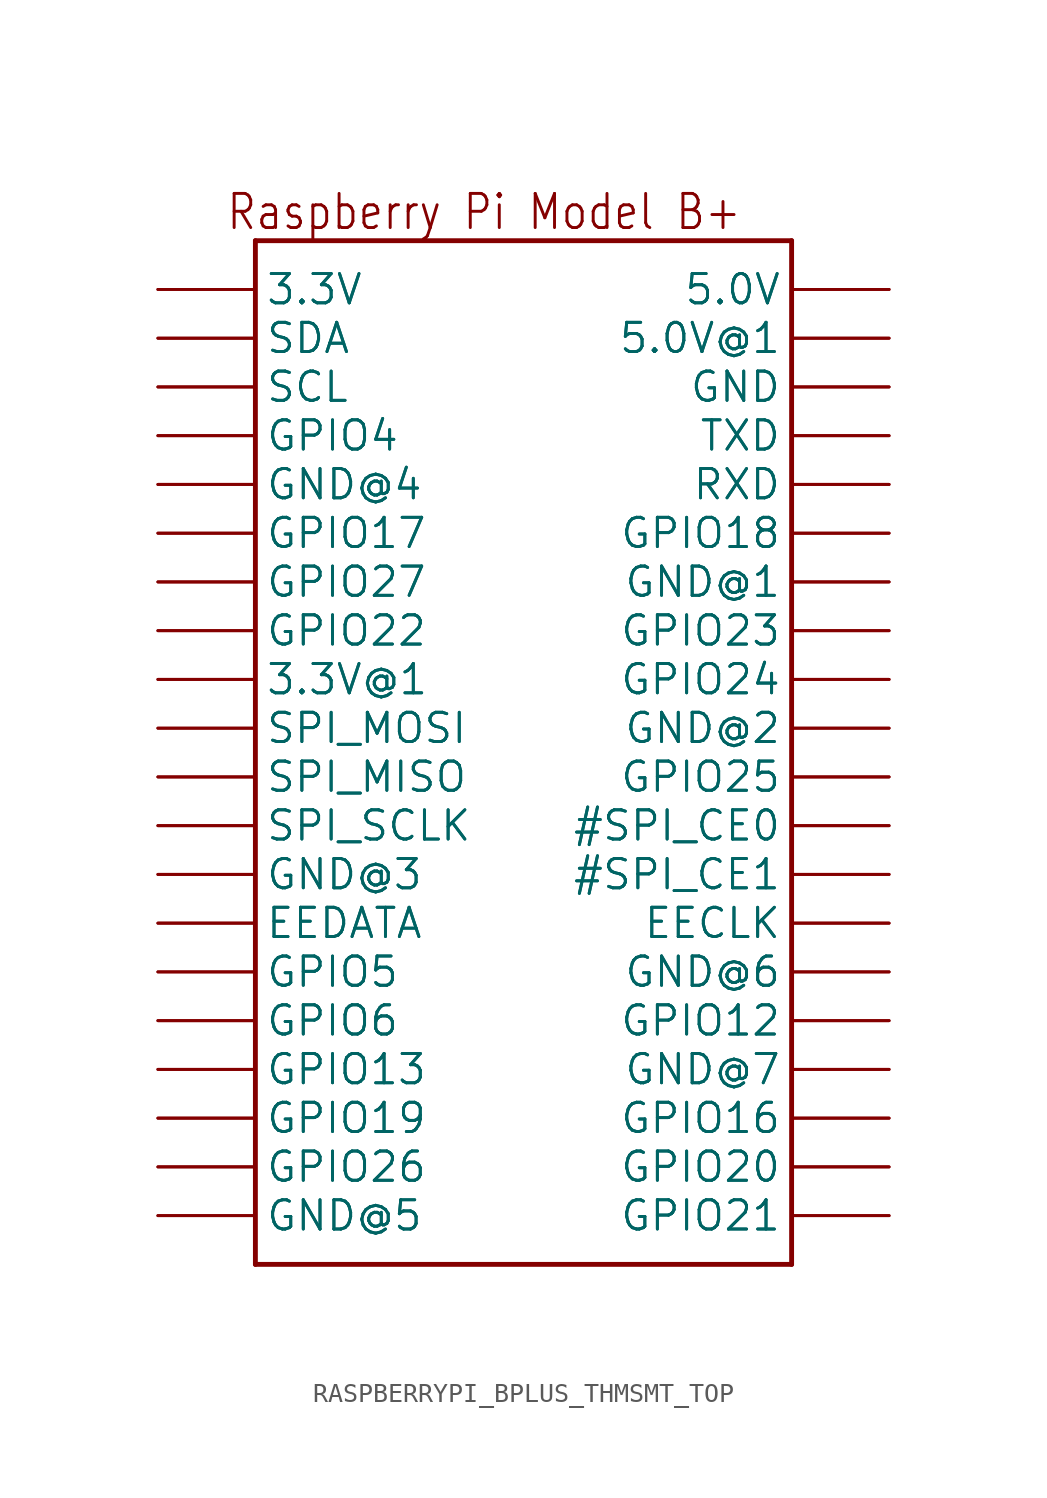
<source format=kicad_sym>
(kicad_symbol_lib
  (version 20241209)
  (generator "kicad_symbol_editor")
  (generator_version "9.0")
  (symbol "RASPBERRYPI_BPLUS_THMSMT_TOP"
    (property "Reference" "RPI"
      (at 0 0 0)
      (effects (font (size 1.27 1.27)) (hide yes)))
    (property "ki_locked" ""
      (at 0 0 0)
      (effects (font (size 1.27 1.27))))
    (symbol "RASPBERRYPI_BPLUS_THMSMT_TOP_1_0"
      (polyline (pts (xy -12.7 22.86) (xy 15.24 22.86)) (stroke (width 0.254) (type solid)) (fill (type none)))
      (polyline (pts (xy -12.7 -30.48) (xy -12.7 22.86)) (stroke (width 0.254) (type solid)) (fill (type none)))
      (polyline (pts (xy 15.24 22.86) (xy 15.24 -30.48)) (stroke (width 0.254) (type solid)) (fill (type none)))
      (polyline (pts (xy 15.24 -30.48) (xy -12.7 -30.48)) (stroke (width 0.254) (type solid)) (fill (type none)))
      (text "Raspberry Pi Model B+" (at 12.7 25.4 0) (effects (font (size 1.778 1.511)) (justify right top)))
      (pin power_in line (at -17.78 20.32 0) (length 5.08) (name "3.3V" (effects (font (size 1.524 1.524)))) (number "1" (effects (font (size 0 0)))))
      (pin power_in line (at -17.78 20.32 0) (length 5.08) (name "3.3V" (effects (font (size 1.524 1.524)))) (number "S1" (effects (font (size 0 0)))))
      (pin bidirectional line (at -17.78 17.78 0) (length 5.08) (name "SDA" (effects (font (size 1.524 1.524)))) (number "3" (effects (font (size 0 0)))))
      (pin bidirectional line (at -17.78 17.78 0) (length 5.08) (name "SDA" (effects (font (size 1.524 1.524)))) (number "S3" (effects (font (size 0 0)))))
      (pin bidirectional line (at -17.78 15.24 0) (length 5.08) (name "SCL" (effects (font (size 1.524 1.524)))) (number "5" (effects (font (size 0 0)))))
      (pin bidirectional line (at -17.78 15.24 0) (length 5.08) (name "SCL" (effects (font (size 1.524 1.524)))) (number "S5" (effects (font (size 0 0)))))
      (pin bidirectional line (at -17.78 12.7 0) (length 5.08) (name "GPIO4" (effects (font (size 1.524 1.524)))) (number "7" (effects (font (size 0 0)))))
      (pin bidirectional line (at -17.78 12.7 0) (length 5.08) (name "GPIO4" (effects (font (size 1.524 1.524)))) (number "S7" (effects (font (size 0 0)))))
      (pin power_in line (at -17.78 10.16 0) (length 5.08) (name "GND@4" (effects (font (size 1.524 1.524)))) (number "9" (effects (font (size 0 0)))))
      (pin power_in line (at -17.78 10.16 0) (length 5.08) (name "GND@4" (effects (font (size 1.524 1.524)))) (number "S9" (effects (font (size 0 0)))))
      (pin bidirectional line (at -17.78 7.62 0) (length 5.08) (name "GPIO17" (effects (font (size 1.524 1.524)))) (number "11" (effects (font (size 0 0)))))
      (pin bidirectional line (at -17.78 7.62 0) (length 5.08) (name "GPIO17" (effects (font (size 1.524 1.524)))) (number "S11" (effects (font (size 0 0)))))
      (pin bidirectional line (at -17.78 5.08 0) (length 5.08) (name "GPIO27" (effects (font (size 1.524 1.524)))) (number "13" (effects (font (size 0 0)))))
      (pin bidirectional line (at -17.78 5.08 0) (length 5.08) (name "GPIO27" (effects (font (size 1.524 1.524)))) (number "S13" (effects (font (size 0 0)))))
      (pin bidirectional line (at -17.78 2.54 0) (length 5.08) (name "GPIO22" (effects (font (size 1.524 1.524)))) (number "15" (effects (font (size 0 0)))))
      (pin bidirectional line (at -17.78 2.54 0) (length 5.08) (name "GPIO22" (effects (font (size 1.524 1.524)))) (number "S15" (effects (font (size 0 0)))))
      (pin power_in line (at -17.78 0 0) (length 5.08) (name "3.3V@1" (effects (font (size 1.524 1.524)))) (number "17" (effects (font (size 0 0)))))
      (pin power_in line (at -17.78 0 0) (length 5.08) (name "3.3V@1" (effects (font (size 1.524 1.524)))) (number "S17" (effects (font (size 0 0)))))
      (pin bidirectional line (at -17.78 -2.54 0) (length 5.08) (name "SPI_MOSI" (effects (font (size 1.524 1.524)))) (number "19" (effects (font (size 0 0)))))
      (pin bidirectional line (at -17.78 -2.54 0) (length 5.08) (name "SPI_MOSI" (effects (font (size 1.524 1.524)))) (number "S19" (effects (font (size 0 0)))))
      (pin bidirectional line (at -17.78 -5.08 0) (length 5.08) (name "SPI_MISO" (effects (font (size 1.524 1.524)))) (number "21" (effects (font (size 0 0)))))
      (pin bidirectional line (at -17.78 -5.08 0) (length 5.08) (name "SPI_MISO" (effects (font (size 1.524 1.524)))) (number "S21" (effects (font (size 0 0)))))
      (pin bidirectional line (at -17.78 -7.62 0) (length 5.08) (name "SPI_SCLK" (effects (font (size 1.524 1.524)))) (number "23" (effects (font (size 0 0)))))
      (pin bidirectional line (at -17.78 -7.62 0) (length 5.08) (name "SPI_SCLK" (effects (font (size 1.524 1.524)))) (number "S23" (effects (font (size 0 0)))))
      (pin power_in line (at -17.78 -10.16 0) (length 5.08) (name "GND@3" (effects (font (size 1.524 1.524)))) (number "25" (effects (font (size 0 0)))))
      (pin power_in line (at -17.78 -10.16 0) (length 5.08) (name "GND@3" (effects (font (size 1.524 1.524)))) (number "S25" (effects (font (size 0 0)))))
      (pin bidirectional line (at -17.78 -12.7 0) (length 5.08) (name "EEDATA" (effects (font (size 1.524 1.524)))) (number "27" (effects (font (size 0 0)))))
      (pin bidirectional line (at -17.78 -12.7 0) (length 5.08) (name "EEDATA" (effects (font (size 1.524 1.524)))) (number "S27" (effects (font (size 0 0)))))
      (pin bidirectional line (at -17.78 -15.24 0) (length 5.08) (name "GPIO5" (effects (font (size 1.524 1.524)))) (number "29" (effects (font (size 0 0)))))
      (pin bidirectional line (at -17.78 -15.24 0) (length 5.08) (name "GPIO5" (effects (font (size 1.524 1.524)))) (number "S29" (effects (font (size 0 0)))))
      (pin bidirectional line (at -17.78 -17.78 0) (length 5.08) (name "GPIO6" (effects (font (size 1.524 1.524)))) (number "31" (effects (font (size 0 0)))))
      (pin bidirectional line (at -17.78 -17.78 0) (length 5.08) (name "GPIO6" (effects (font (size 1.524 1.524)))) (number "S31" (effects (font (size 0 0)))))
      (pin bidirectional line (at -17.78 -20.32 0) (length 5.08) (name "GPIO13" (effects (font (size 1.524 1.524)))) (number "33" (effects (font (size 0 0)))))
      (pin bidirectional line (at -17.78 -20.32 0) (length 5.08) (name "GPIO13" (effects (font (size 1.524 1.524)))) (number "S33" (effects (font (size 0 0)))))
      (pin bidirectional line (at -17.78 -22.86 0) (length 5.08) (name "GPIO19" (effects (font (size 1.524 1.524)))) (number "35" (effects (font (size 0 0)))))
      (pin bidirectional line (at -17.78 -22.86 0) (length 5.08) (name "GPIO19" (effects (font (size 1.524 1.524)))) (number "S35" (effects (font (size 0 0)))))
      (pin bidirectional line (at -17.78 -25.4 0) (length 5.08) (name "GPIO26" (effects (font (size 1.524 1.524)))) (number "37" (effects (font (size 0 0)))))
      (pin bidirectional line (at -17.78 -25.4 0) (length 5.08) (name "GPIO26" (effects (font (size 1.524 1.524)))) (number "S37" (effects (font (size 0 0)))))
      (pin power_in line (at -17.78 -27.94 0) (length 5.08) (name "GND@5" (effects (font (size 1.524 1.524)))) (number "39" (effects (font (size 0 0)))))
      (pin power_in line (at -17.78 -27.94 0) (length 5.08) (name "GND@5" (effects (font (size 1.524 1.524)))) (number "S39" (effects (font (size 0 0)))))
      (pin power_in line (at 20.32 20.32 180) (length 5.08) (name "5.0V" (effects (font (size 1.524 1.524)))) (number "2" (effects (font (size 0 0)))))
      (pin power_in line (at 20.32 20.32 180) (length 5.08) (name "5.0V" (effects (font (size 1.524 1.524)))) (number "S2" (effects (font (size 0 0)))))
      (pin power_in line (at 20.32 17.78 180) (length 5.08) (name "5.0V@1" (effects (font (size 1.524 1.524)))) (number "4" (effects (font (size 0 0)))))
      (pin power_in line (at 20.32 17.78 180) (length 5.08) (name "5.0V@1" (effects (font (size 1.524 1.524)))) (number "S4" (effects (font (size 0 0)))))
      (pin power_in line (at 20.32 15.24 180) (length 5.08) (name "GND" (effects (font (size 1.524 1.524)))) (number "6" (effects (font (size 0 0)))))
      (pin power_in line (at 20.32 15.24 180) (length 5.08) (name "GND" (effects (font (size 1.524 1.524)))) (number "S6" (effects (font (size 0 0)))))
      (pin bidirectional line (at 20.32 12.7 180) (length 5.08) (name "TXD" (effects (font (size 1.524 1.524)))) (number "8" (effects (font (size 0 0)))))
      (pin bidirectional line (at 20.32 12.7 180) (length 5.08) (name "TXD" (effects (font (size 1.524 1.524)))) (number "S8" (effects (font (size 0 0)))))
      (pin bidirectional line (at 20.32 10.16 180) (length 5.08) (name "RXD" (effects (font (size 1.524 1.524)))) (number "10" (effects (font (size 0 0)))))
      (pin bidirectional line (at 20.32 10.16 180) (length 5.08) (name "RXD" (effects (font (size 1.524 1.524)))) (number "S10" (effects (font (size 0 0)))))
      (pin bidirectional line (at 20.32 7.62 180) (length 5.08) (name "GPIO18" (effects (font (size 1.524 1.524)))) (number "12" (effects (font (size 0 0)))))
      (pin bidirectional line (at 20.32 7.62 180) (length 5.08) (name "GPIO18" (effects (font (size 1.524 1.524)))) (number "S12" (effects (font (size 0 0)))))
      (pin power_in line (at 20.32 5.08 180) (length 5.08) (name "GND@1" (effects (font (size 1.524 1.524)))) (number "14" (effects (font (size 0 0)))))
      (pin power_in line (at 20.32 5.08 180) (length 5.08) (name "GND@1" (effects (font (size 1.524 1.524)))) (number "S14" (effects (font (size 0 0)))))
      (pin bidirectional line (at 20.32 2.54 180) (length 5.08) (name "GPIO23" (effects (font (size 1.524 1.524)))) (number "16" (effects (font (size 0 0)))))
      (pin bidirectional line (at 20.32 2.54 180) (length 5.08) (name "GPIO23" (effects (font (size 1.524 1.524)))) (number "S16" (effects (font (size 0 0)))))
      (pin bidirectional line (at 20.32 0 180) (length 5.08) (name "GPIO24" (effects (font (size 1.524 1.524)))) (number "18" (effects (font (size 0 0)))))
      (pin bidirectional line (at 20.32 0 180) (length 5.08) (name "GPIO24" (effects (font (size 1.524 1.524)))) (number "S18" (effects (font (size 0 0)))))
      (pin power_in line (at 20.32 -2.54 180) (length 5.08) (name "GND@2" (effects (font (size 1.524 1.524)))) (number "20" (effects (font (size 0 0)))))
      (pin power_in line (at 20.32 -2.54 180) (length 5.08) (name "GND@2" (effects (font (size 1.524 1.524)))) (number "S20" (effects (font (size 0 0)))))
      (pin bidirectional line (at 20.32 -5.08 180) (length 5.08) (name "GPIO25" (effects (font (size 1.524 1.524)))) (number "22" (effects (font (size 0 0)))))
      (pin bidirectional line (at 20.32 -5.08 180) (length 5.08) (name "GPIO25" (effects (font (size 1.524 1.524)))) (number "S22" (effects (font (size 0 0)))))
      (pin bidirectional line (at 20.32 -7.62 180) (length 5.08) (name "#SPI_CE0" (effects (font (size 1.524 1.524)))) (number "24" (effects (font (size 0 0)))))
      (pin bidirectional line (at 20.32 -7.62 180) (length 5.08) (name "#SPI_CE0" (effects (font (size 1.524 1.524)))) (number "S24" (effects (font (size 0 0)))))
      (pin bidirectional line (at 20.32 -10.16 180) (length 5.08) (name "#SPI_CE1" (effects (font (size 1.524 1.524)))) (number "26" (effects (font (size 0 0)))))
      (pin bidirectional line (at 20.32 -10.16 180) (length 5.08) (name "#SPI_CE1" (effects (font (size 1.524 1.524)))) (number "S26" (effects (font (size 0 0)))))
      (pin bidirectional line (at 20.32 -12.7 180) (length 5.08) (name "EECLK" (effects (font (size 1.524 1.524)))) (number "28" (effects (font (size 0 0)))))
      (pin bidirectional line (at 20.32 -12.7 180) (length 5.08) (name "EECLK" (effects (font (size 1.524 1.524)))) (number "S28" (effects (font (size 0 0)))))
      (pin power_in line (at 20.32 -15.24 180) (length 5.08) (name "GND@6" (effects (font (size 1.524 1.524)))) (number "30" (effects (font (size 0 0)))))
      (pin power_in line (at 20.32 -15.24 180) (length 5.08) (name "GND@6" (effects (font (size 1.524 1.524)))) (number "S30" (effects (font (size 0 0)))))
      (pin bidirectional line (at 20.32 -17.78 180) (length 5.08) (name "GPIO12" (effects (font (size 1.524 1.524)))) (number "32" (effects (font (size 0 0)))))
      (pin bidirectional line (at 20.32 -17.78 180) (length 5.08) (name "GPIO12" (effects (font (size 1.524 1.524)))) (number "S32" (effects (font (size 0 0)))))
      (pin power_in line (at 20.32 -20.32 180) (length 5.08) (name "GND@7" (effects (font (size 1.524 1.524)))) (number "34" (effects (font (size 0 0)))))
      (pin power_in line (at 20.32 -20.32 180) (length 5.08) (name "GND@7" (effects (font (size 1.524 1.524)))) (number "S34" (effects (font (size 0 0)))))
      (pin bidirectional line (at 20.32 -22.86 180) (length 5.08) (name "GPIO16" (effects (font (size 1.524 1.524)))) (number "36" (effects (font (size 0 0)))))
      (pin bidirectional line (at 20.32 -22.86 180) (length 5.08) (name "GPIO16" (effects (font (size 1.524 1.524)))) (number "S36" (effects (font (size 0 0)))))
      (pin bidirectional line (at 20.32 -25.4 180) (length 5.08) (name "GPIO20" (effects (font (size 1.524 1.524)))) (number "38" (effects (font (size 0 0)))))
      (pin bidirectional line (at 20.32 -25.4 180) (length 5.08) (name "GPIO20" (effects (font (size 1.524 1.524)))) (number "S38" (effects (font (size 0 0)))))
      (pin bidirectional line (at 20.32 -27.94 180) (length 5.08) (name "GPIO21" (effects (font (size 1.524 1.524)))) (number "40" (effects (font (size 0 0)))))
      (pin bidirectional line (at 20.32 -27.94 180) (length 5.08) (name "GPIO21" (effects (font (size 1.524 1.524)))) (number "S40" (effects (font (size 0 0))))))))
</source>
